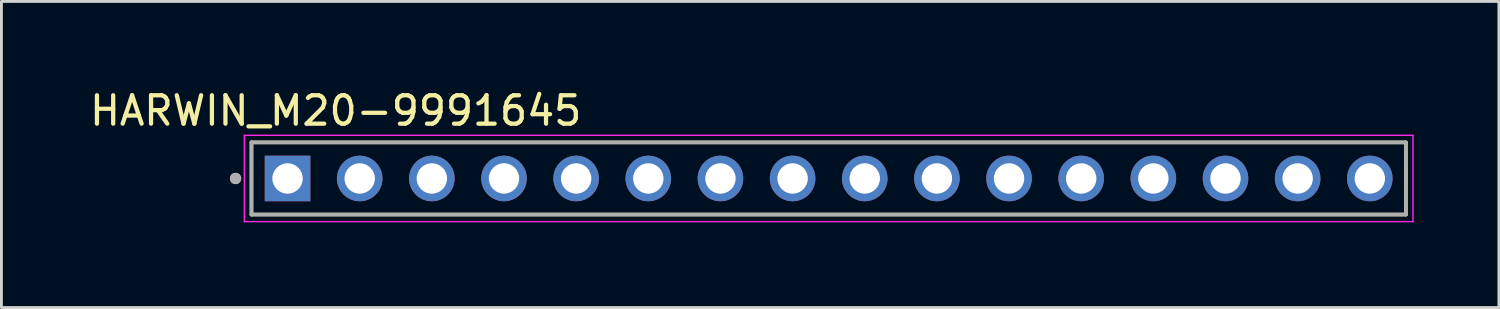
<source format=kicad_pcb>
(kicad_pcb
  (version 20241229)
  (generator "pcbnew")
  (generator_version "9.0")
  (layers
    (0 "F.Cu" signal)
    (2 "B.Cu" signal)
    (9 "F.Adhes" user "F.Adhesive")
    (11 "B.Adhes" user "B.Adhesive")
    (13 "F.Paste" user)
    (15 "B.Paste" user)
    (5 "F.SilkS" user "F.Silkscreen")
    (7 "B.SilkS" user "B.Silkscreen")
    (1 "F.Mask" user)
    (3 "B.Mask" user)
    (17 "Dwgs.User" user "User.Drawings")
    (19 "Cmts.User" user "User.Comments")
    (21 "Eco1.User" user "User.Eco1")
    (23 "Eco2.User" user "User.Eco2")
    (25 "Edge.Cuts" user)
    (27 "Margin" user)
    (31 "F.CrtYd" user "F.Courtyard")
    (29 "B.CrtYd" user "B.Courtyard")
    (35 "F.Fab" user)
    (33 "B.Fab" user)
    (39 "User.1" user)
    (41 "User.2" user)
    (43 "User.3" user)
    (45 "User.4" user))
  (footprint "HARWIN_M20-9991645"
    (layer "F.Cu")
    (at 26.123 3.233)
    (property "Reference" "HARWIN_M20-9991645" (at -17.355 -2.385 0) (layer "F.SilkS") (effects (font (size 1 1) (thickness 0.15))))
    (attr through_hole)
    (fp_line (start -20.32 -1.27) (end 20.32 -1.27) (stroke (width 0.127) (type solid)) (layer "F.SilkS"))
    (fp_line (start -20.32 1.27) (end -20.32 -1.27) (stroke (width 0.127) (type solid)) (layer "F.SilkS"))
    (fp_line (start 20.32 -1.27) (end 20.32 1.27) (stroke (width 0.127) (type solid)) (layer "F.SilkS"))
    (fp_line (start 20.32 1.27) (end -20.32 1.27) (stroke (width 0.127) (type solid)) (layer "F.SilkS"))
    (fp_circle (center -20.88 0) (end -20.78 0) (stroke (width 0.2) (type solid)) (fill no) (layer "F.SilkS"))
    (fp_line (start -20.57 -1.52) (end 20.57 -1.52) (stroke (width 0.05) (type solid)) (layer "F.CrtYd"))
    (fp_line (start -20.57 1.52) (end -20.57 -1.52) (stroke (width 0.05) (type solid)) (layer "F.CrtYd"))
    (fp_line (start 20.57 -1.52) (end 20.57 1.52) (stroke (width 0.05) (type solid)) (layer "F.CrtYd"))
    (fp_line (start 20.57 1.52) (end -20.57 1.52) (stroke (width 0.05) (type solid)) (layer "F.CrtYd"))
    (fp_line (start -20.32 -1.27) (end 20.32 -1.27) (stroke (width 0.127) (type solid)) (layer "F.Fab"))
    (fp_line (start -20.32 1.27) (end -20.32 -1.27) (stroke (width 0.127) (type solid)) (layer "F.Fab"))
    (fp_line (start 20.32 -1.27) (end 20.32 1.27) (stroke (width 0.127) (type solid)) (layer "F.Fab"))
    (fp_line (start 20.32 1.27) (end -20.32 1.27) (stroke (width 0.127) (type solid)) (layer "F.Fab"))
    (fp_circle (center -20.88 0) (end -20.78 0) (stroke (width 0.2) (type solid)) (fill no) (layer "F.Fab"))
    (pad "1" thru_hole rect (at -19.05 0) (size 1.605 1.605) (drill 1.07) (layers "*.Cu" "*.Mask"))
    (pad "2" thru_hole circle (at -16.51 0) (size 1.605 1.605) (drill 1.07) (layers "*.Cu" "*.Mask"))
    (pad "3" thru_hole circle (at -13.97 0) (size 1.605 1.605) (drill 1.07) (layers "*.Cu" "*.Mask"))
    (pad "4" thru_hole circle (at -11.43 0) (size 1.605 1.605) (drill 1.07) (layers "*.Cu" "*.Mask"))
    (pad "5" thru_hole circle (at -8.89 0) (size 1.605 1.605) (drill 1.07) (layers "*.Cu" "*.Mask"))
    (pad "6" thru_hole circle (at -6.35 0) (size 1.605 1.605) (drill 1.07) (layers "*.Cu" "*.Mask"))
    (pad "7" thru_hole circle (at -3.81 0) (size 1.605 1.605) (drill 1.07) (layers "*.Cu" "*.Mask"))
    (pad "8" thru_hole circle (at -1.27 0) (size 1.605 1.605) (drill 1.07) (layers "*.Cu" "*.Mask"))
    (pad "9" thru_hole circle (at 1.27 0) (size 1.605 1.605) (drill 1.07) (layers "*.Cu" "*.Mask"))
    (pad "10" thru_hole circle (at 3.81 0) (size 1.605 1.605) (drill 1.07) (layers "*.Cu" "*.Mask"))
    (pad "11" thru_hole circle (at 6.35 0) (size 1.605 1.605) (drill 1.07) (layers "*.Cu" "*.Mask"))
    (pad "12" thru_hole circle (at 8.89 0) (size 1.605 1.605) (drill 1.07) (layers "*.Cu" "*.Mask"))
    (pad "13" thru_hole circle (at 11.43 0) (size 1.605 1.605) (drill 1.07) (layers "*.Cu" "*.Mask"))
    (pad "14" thru_hole circle (at 13.97 0) (size 1.605 1.605) (drill 1.07) (layers "*.Cu" "*.Mask"))
    (pad "15" thru_hole circle (at 16.51 0) (size 1.605 1.605) (drill 1.07) (layers "*.Cu" "*.Mask"))
    (pad "16" thru_hole circle (at 19.05 0) (size 1.605 1.605) (drill 1.07) (layers "*.Cu" "*.Mask")))
  (gr_rect
    (start -3 -3)
    (end 49.718 7.778)
    (stroke (width 0.1) (type default))
    (fill no)
    (layer "Edge.Cuts")))
</source>
